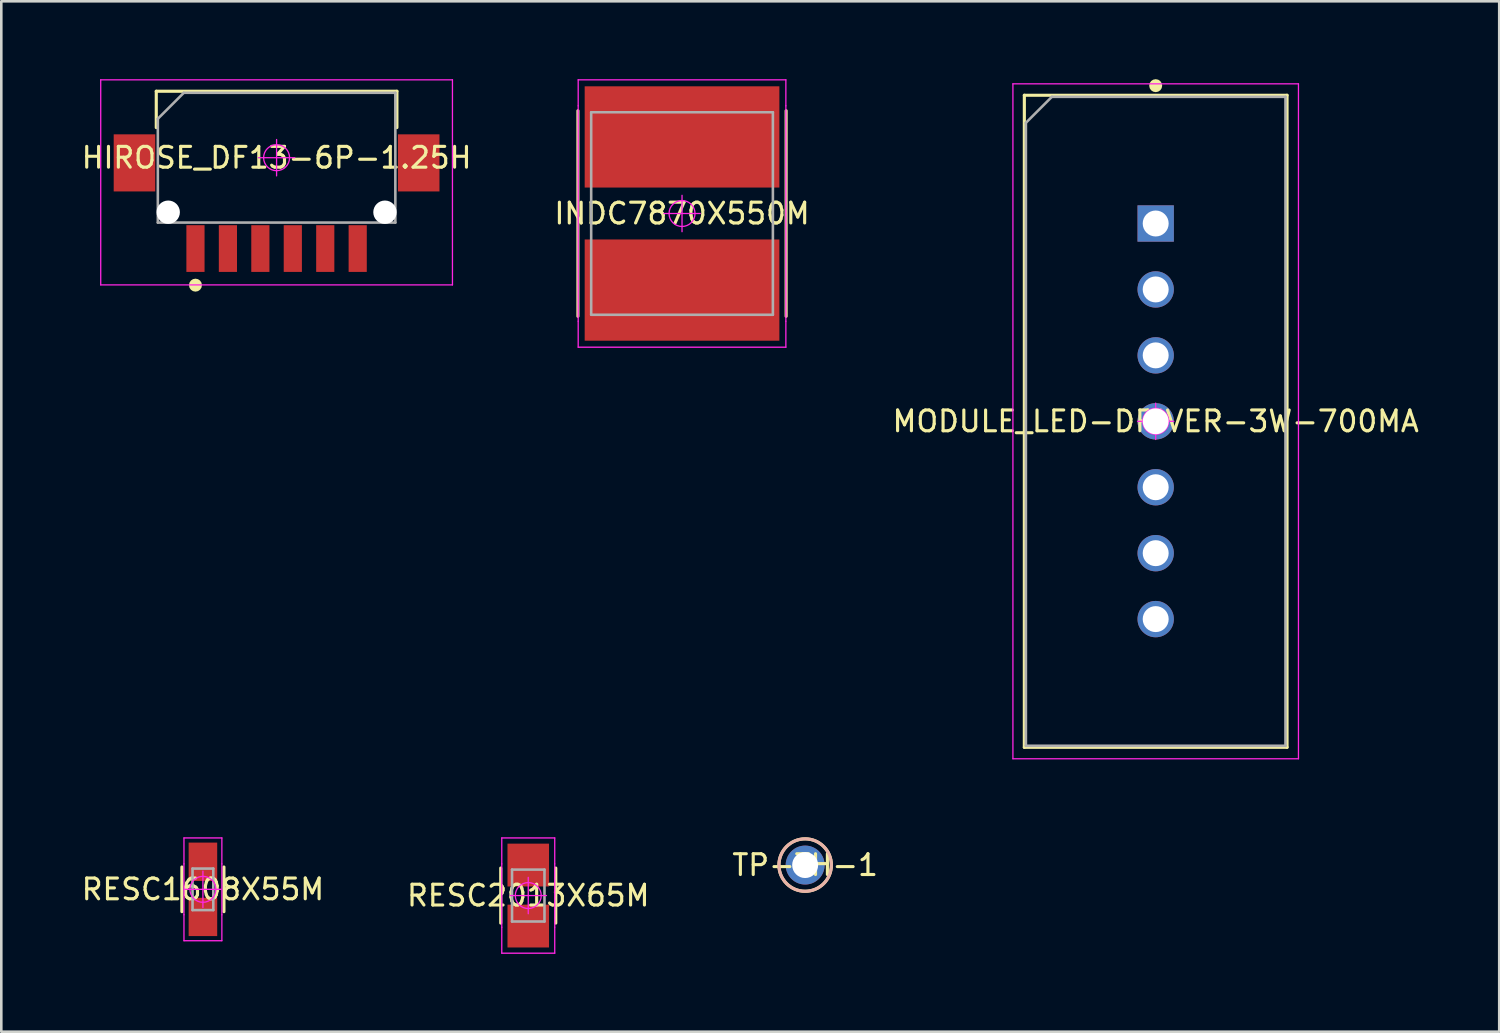
<source format=kicad_pcb>
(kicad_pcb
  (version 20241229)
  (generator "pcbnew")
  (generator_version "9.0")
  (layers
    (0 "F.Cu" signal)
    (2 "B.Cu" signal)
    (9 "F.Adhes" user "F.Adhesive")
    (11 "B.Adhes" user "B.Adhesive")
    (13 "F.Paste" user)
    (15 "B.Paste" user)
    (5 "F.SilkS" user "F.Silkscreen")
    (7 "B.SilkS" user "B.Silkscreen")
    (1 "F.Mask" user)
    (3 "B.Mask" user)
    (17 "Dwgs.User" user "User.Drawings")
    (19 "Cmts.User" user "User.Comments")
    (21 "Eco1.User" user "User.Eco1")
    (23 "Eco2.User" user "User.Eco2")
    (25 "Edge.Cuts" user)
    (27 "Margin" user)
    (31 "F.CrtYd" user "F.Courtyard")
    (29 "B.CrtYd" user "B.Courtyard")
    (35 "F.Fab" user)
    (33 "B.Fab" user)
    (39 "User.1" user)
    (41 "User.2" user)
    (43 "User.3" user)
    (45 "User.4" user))
  (footprint "MODULE_LED-DRIVER-3W-700MA"
    (layer "F.Cu")
    (at 41.471 13.18)
    (property "Reference" "MODULE_LED-DRIVER-3W-700MA" (at 0 0 0) (layer "F.SilkS") (effects (font (size 0.8 0.8) (thickness 0.12))))
    (attr through_hole)
    (fp_line (start -5.06 -12.56) (end 5.06 -12.56) (stroke (width 0.12) (type solid)) (layer "F.SilkS"))
    (fp_line (start -5.06 12.56) (end -5.06 -12.56) (stroke (width 0.12) (type solid)) (layer "F.SilkS"))
    (fp_line (start 5.06 -12.56) (end 5.06 12.56) (stroke (width 0.12) (type solid)) (layer "F.SilkS"))
    (fp_line (start 5.06 12.56) (end -5.06 12.56) (stroke (width 0.12) (type solid)) (layer "F.SilkS"))
    (fp_circle (center 0 -12.93) (end 0 -12.805) (stroke (width 0.25) (type solid)) (fill no) (layer "F.SilkS"))
    (fp_line (start -5.5 -13) (end 5.5 -13) (stroke (width 0.05) (type solid)) (layer "F.CrtYd"))
    (fp_line (start -5.5 13) (end -5.5 -13) (stroke (width 0.05) (type solid)) (layer "F.CrtYd"))
    (fp_line (start -0.7 0) (end 0.7 0) (stroke (width 0.05) (type solid)) (layer "F.CrtYd"))
    (fp_line (start 0 -0.7) (end 0 0.7) (stroke (width 0.05) (type solid)) (layer "F.CrtYd"))
    (fp_line (start 5.5 -13) (end 5.5 13) (stroke (width 0.05) (type solid)) (layer "F.CrtYd"))
    (fp_line (start 5.5 13) (end -5.5 13) (stroke (width 0.05) (type solid)) (layer "F.CrtYd"))
    (fp_circle (center 0 0) (end 0 0.5) (stroke (width 0.05) (type solid)) (fill no) (layer "F.CrtYd"))
    (fp_line (start -5 -11.5) (end -4 -12.5) (stroke (width 0.1) (type solid)) (layer "F.Fab"))
    (fp_line (start -5 12.5) (end -5 -11.5) (stroke (width 0.1) (type solid)) (layer "F.Fab"))
    (fp_line (start -4 -12.5) (end 5 -12.5) (stroke (width 0.1) (type solid)) (layer "F.Fab"))
    (fp_line (start 5 -12.5) (end 5 12.5) (stroke (width 0.1) (type solid)) (layer "F.Fab"))
    (fp_line (start 5 12.5) (end -5 12.5) (stroke (width 0.1) (type solid)) (layer "F.Fab"))
    (pad "1" thru_hole rect (at 0 -7.62) (size 1.4 1.4) (drill 1) (layers "*.Cu" "*.Paste" "*.Mask"))
    (pad "2" thru_hole circle (at 0 -5.08) (size 1.4 1.4) (drill 1) (layers "*.Cu" "*.Paste" "*.Mask"))
    (pad "3" thru_hole circle (at 0 -2.54) (size 1.4 1.4) (drill 1) (layers "*.Cu" "*.Paste" "*.Mask"))
    (pad "4" thru_hole circle (at 0 0) (size 1.4 1.4) (drill 1) (layers "*.Cu" "*.Paste" "*.Mask"))
    (pad "5" thru_hole circle (at 0 2.54) (size 1.4 1.4) (drill 1) (layers "*.Cu" "*.Paste" "*.Mask"))
    (pad "6" thru_hole circle (at 0 5.08) (size 1.4 1.4) (drill 1) (layers "*.Cu" "*.Paste" "*.Mask"))
    (pad "7" thru_hole circle (at 0 7.62) (size 1.4 1.4) (drill 1) (layers "*.Cu" "*.Paste" "*.Mask")))
  (footprint "RESC1608X55M"
    (layer "F.Cu")
    (at 4.767 31.21)
    (property "Reference" "RESC1608X55M" (at 0 0 0) (layer "F.SilkS") (effects (font (size 0.8 0.8) (thickness 0.12))))
    (attr smd)
    (fp_line (start -0.81 -0.86) (end -0.81 0.86) (stroke (width 0.12) (type solid)) (layer "F.SilkS"))
    (fp_line (start 0.81 -0.86) (end 0.81 0.86) (stroke (width 0.12) (type solid)) (layer "F.SilkS"))
    (fp_line (start -0.73 -1.98) (end -0.73 -0.98) (stroke (width 0.05) (type solid)) (layer "F.CrtYd"))
    (fp_line (start -0.73 -0.98) (end -0.73 0.98) (stroke (width 0.05) (type solid)) (layer "F.CrtYd"))
    (fp_line (start -0.73 0.98) (end -0.73 1.98) (stroke (width 0.05) (type solid)) (layer "F.CrtYd"))
    (fp_line (start -0.73 1.98) (end 0.73 1.98) (stroke (width 0.05) (type solid)) (layer "F.CrtYd"))
    (fp_line (start -0.7 0) (end 0.7 0) (stroke (width 0.05) (type solid)) (layer "F.CrtYd"))
    (fp_line (start 0 -0.7) (end 0 0.7) (stroke (width 0.05) (type solid)) (layer "F.CrtYd"))
    (fp_line (start 0.73 -1.98) (end -0.73 -1.98) (stroke (width 0.05) (type solid)) (layer "F.CrtYd"))
    (fp_line (start 0.73 -0.98) (end 0.73 -1.98) (stroke (width 0.05) (type solid)) (layer "F.CrtYd"))
    (fp_line (start 0.73 0.98) (end 0.73 -0.98) (stroke (width 0.05) (type solid)) (layer "F.CrtYd"))
    (fp_line (start 0.73 1.98) (end 0.73 0.98) (stroke (width 0.05) (type solid)) (layer "F.CrtYd"))
    (fp_circle (center 0 0) (end 0 0.5) (stroke (width 0.05) (type solid)) (fill no) (layer "F.CrtYd"))
    (fp_line (start -0.4 -0.8) (end 0.4 -0.8) (stroke (width 0.1) (type solid)) (layer "F.Fab"))
    (fp_line (start -0.4 0.8) (end -0.4 -0.8) (stroke (width 0.1) (type solid)) (layer "F.Fab"))
    (fp_line (start 0.4 -0.8) (end 0.4 0.8) (stroke (width 0.1) (type solid)) (layer "F.Fab"))
    (fp_line (start 0.4 0.8) (end -0.4 0.8) (stroke (width 0.1) (type solid)) (layer "F.Fab"))
    (pad "1" smd rect (at 0 -1.063) (size 1.1 1.475) (layers "F.Cu" "F.Mask" "F.Paste"))
    (pad "2" smd rect (at 0 1.063) (size 1.1 1.475) (layers "F.Cu" "F.Mask" "F.Paste")))
  (footprint "HIROSE_DF13-6P-1.25H"
    (layer "F.Cu")
    (at 7.605 3.025)
    (property "Reference" "HIROSE_DF13-6P-1.25H" (at 0 0 0) (layer "F.SilkS") (effects (font (size 0.8 0.8) (thickness 0.12))))
    (attr through_hole)
    (fp_line (start -4.635 -2.56) (end -4.635 -1.16) (stroke (width 0.12) (type solid)) (layer "F.SilkS"))
    (fp_line (start -4.635 -2.56) (end 4.635 -2.56) (stroke (width 0.12) (type solid)) (layer "F.SilkS"))
    (fp_line (start 4.635 -2.56) (end 4.635 -1.16) (stroke (width 0.12) (type solid)) (layer "F.SilkS"))
    (fp_circle (center -3.125 4.91) (end -3.125 5.035) (stroke (width 0.25) (type solid)) (fill no) (layer "F.SilkS"))
    (fp_line (start -6.775 -3) (end 6.775 -3) (stroke (width 0.05) (type solid)) (layer "F.CrtYd"))
    (fp_line (start -6.775 4.9) (end -6.775 -3) (stroke (width 0.05) (type solid)) (layer "F.CrtYd"))
    (fp_line (start -0.7 0) (end 0.7 0) (stroke (width 0.05) (type solid)) (layer "F.CrtYd"))
    (fp_line (start 0 -0.7) (end 0 0.7) (stroke (width 0.05) (type solid)) (layer "F.CrtYd"))
    (fp_line (start 6.775 -3) (end 6.775 4.9) (stroke (width 0.05) (type solid)) (layer "F.CrtYd"))
    (fp_line (start 6.775 4.9) (end -6.775 4.9) (stroke (width 0.05) (type solid)) (layer "F.CrtYd"))
    (fp_circle (center 0 0) (end 0 0.5) (stroke (width 0.05) (type solid)) (fill no) (layer "F.CrtYd"))
    (fp_line (start -4.575 -1.5) (end -3.575 -2.5) (stroke (width 0.1) (type solid)) (layer "F.Fab"))
    (fp_line (start -4.575 2.5) (end -4.575 -1.5) (stroke (width 0.1) (type solid)) (layer "F.Fab"))
    (fp_line (start -3.575 -2.5) (end 4.575 -2.5) (stroke (width 0.1) (type solid)) (layer "F.Fab"))
    (fp_line (start 4.575 -2.5) (end 4.575 2.5) (stroke (width 0.1) (type solid)) (layer "F.Fab"))
    (fp_line (start 4.575 2.5) (end -4.575 2.5) (stroke (width 0.1) (type solid)) (layer "F.Fab"))
    (pad "" np_thru_hole circle (at -4.175 2.1) (size 0.9 0.9) (drill 0.9) (layers "*.Cu" "*.Mask"))
    (pad "" np_thru_hole circle (at 4.175 2.1) (size 0.9 0.9) (drill 0.9) (layers "*.Cu" "*.Mask"))
    (pad "1" smd rect (at -3.125 3.5) (size 0.7 1.8) (layers "F.Cu" "F.Mask" "F.Paste"))
    (pad "2" smd rect (at -1.875 3.5) (size 0.7 1.8) (layers "F.Cu" "F.Mask" "F.Paste"))
    (pad "3" smd rect (at -0.625 3.5) (size 0.7 1.8) (layers "F.Cu" "F.Mask" "F.Paste"))
    (pad "4" smd rect (at 0.625 3.5) (size 0.7 1.8) (layers "F.Cu" "F.Mask" "F.Paste"))
    (pad "5" smd rect (at 1.875 3.5) (size 0.7 1.8) (layers "F.Cu" "F.Mask" "F.Paste"))
    (pad "6" smd rect (at 3.125 3.5) (size 0.7 1.8) (layers "F.Cu" "F.Mask" "F.Paste"))
    (pad "7" smd rect (at -5.475 0.2) (size 1.6 2.2) (layers "F.Cu" "F.Mask" "F.Paste"))
    (pad "8" smd rect (at 5.475 0.2) (size 1.6 2.2) (layers "F.Cu" "F.Mask" "F.Paste")))
  (footprint "TP-TH-1"
    (layer "F.Cu")
    (at 27.967 30.275)
    (property "Reference" "TP-TH-1" (at 0 0 0) (layer "F.SilkS") (effects (font (size 0.8 0.8) (thickness 0.12))))
    (attr through_hole)
    (fp_circle (center 0 0) (end 0 1.01) (stroke (width 0.12) (type solid)) (fill no) (layer "F.SilkS"))
    (fp_circle (center 0 0) (end 0 1.01) (stroke (width 0.12) (type solid)) (fill no) (layer "B.SilkS"))
    (pad "1" thru_hole circle (at 0 0) (size 1.5 1.5) (drill 1) (layers "*.Cu" "*.Paste" "*.Mask")))
  (footprint "INDC7870X550M"
    (layer "F.Cu")
    (at 23.224 5.175)
    (property "Reference" "INDC7870X550M" (at 0 0 0) (layer "F.SilkS") (effects (font (size 0.8 0.8) (thickness 0.12))))
    (attr smd)
    (fp_line (start -4.01 -3.96) (end -4.01 3.96) (stroke (width 0.12) (type solid)) (layer "F.SilkS"))
    (fp_line (start 4.01 -3.96) (end 4.01 3.96) (stroke (width 0.12) (type solid)) (layer "F.SilkS"))
    (fp_line (start -4 -5.15) (end -4 -4.15) (stroke (width 0.05) (type solid)) (layer "F.CrtYd"))
    (fp_line (start -4 -4.15) (end -4 4.15) (stroke (width 0.05) (type solid)) (layer "F.CrtYd"))
    (fp_line (start -4 4.15) (end -4 5.15) (stroke (width 0.05) (type solid)) (layer "F.CrtYd"))
    (fp_line (start -4 5.15) (end 4 5.15) (stroke (width 0.05) (type solid)) (layer "F.CrtYd"))
    (fp_line (start -0.7 0) (end 0.7 0) (stroke (width 0.05) (type solid)) (layer "F.CrtYd"))
    (fp_line (start 0 -0.7) (end 0 0.7) (stroke (width 0.05) (type solid)) (layer "F.CrtYd"))
    (fp_line (start 4 -5.15) (end -4 -5.15) (stroke (width 0.05) (type solid)) (layer "F.CrtYd"))
    (fp_line (start 4 -4.15) (end 4 -5.15) (stroke (width 0.05) (type solid)) (layer "F.CrtYd"))
    (fp_line (start 4 4.15) (end 4 -4.15) (stroke (width 0.05) (type solid)) (layer "F.CrtYd"))
    (fp_line (start 4 5.15) (end 4 4.15) (stroke (width 0.05) (type solid)) (layer "F.CrtYd"))
    (fp_circle (center 0 0) (end 0 0.5) (stroke (width 0.05) (type solid)) (fill no) (layer "F.CrtYd"))
    (fp_line (start -3.5 -3.9) (end 3.5 -3.9) (stroke (width 0.1) (type solid)) (layer "F.Fab"))
    (fp_line (start -3.5 3.9) (end -3.5 -3.9) (stroke (width 0.1) (type solid)) (layer "F.Fab"))
    (fp_line (start 3.5 -3.9) (end 3.5 3.9) (stroke (width 0.1) (type solid)) (layer "F.Fab"))
    (fp_line (start 3.5 3.9) (end -3.5 3.9) (stroke (width 0.1) (type solid)) (layer "F.Fab"))
    (pad "1" smd rect (at 0 -2.95) (size 7.5 3.9) (layers "F.Cu" "F.Mask" "F.Paste"))
    (pad "2" smd rect (at 0 2.95) (size 7.5 3.9) (layers "F.Cu" "F.Mask" "F.Paste")))
  (footprint "RESC2013X65M"
    (layer "F.Cu")
    (at 17.3 31.45)
    (property "Reference" "RESC2013X65M" (at 0 0 0) (layer "F.SilkS") (effects (font (size 0.8 0.8) (thickness 0.12))))
    (attr smd)
    (fp_line (start -1.06 -1.06) (end -1.06 1.06) (stroke (width 0.12) (type solid)) (layer "F.SilkS"))
    (fp_line (start 1.06 -1.06) (end 1.06 1.06) (stroke (width 0.12) (type solid)) (layer "F.SilkS"))
    (fp_line (start -1.02 -2.22) (end -1.02 -1.22) (stroke (width 0.05) (type solid)) (layer "F.CrtYd"))
    (fp_line (start -1.02 -1.22) (end -1.02 1.22) (stroke (width 0.05) (type solid)) (layer "F.CrtYd"))
    (fp_line (start -1.02 1.22) (end -1.02 2.22) (stroke (width 0.05) (type solid)) (layer "F.CrtYd"))
    (fp_line (start -1.02 2.22) (end 1.02 2.22) (stroke (width 0.05) (type solid)) (layer "F.CrtYd"))
    (fp_line (start -0.7 0) (end 0.7 0) (stroke (width 0.05) (type solid)) (layer "F.CrtYd"))
    (fp_line (start 0 -0.7) (end 0 0.7) (stroke (width 0.05) (type solid)) (layer "F.CrtYd"))
    (fp_line (start 1.02 -2.22) (end -1.02 -2.22) (stroke (width 0.05) (type solid)) (layer "F.CrtYd"))
    (fp_line (start 1.02 -1.22) (end 1.02 -2.22) (stroke (width 0.05) (type solid)) (layer "F.CrtYd"))
    (fp_line (start 1.02 1.22) (end 1.02 -1.22) (stroke (width 0.05) (type solid)) (layer "F.CrtYd"))
    (fp_line (start 1.02 2.22) (end 1.02 1.22) (stroke (width 0.05) (type solid)) (layer "F.CrtYd"))
    (fp_circle (center 0 0) (end 0 0.5) (stroke (width 0.05) (type solid)) (fill no) (layer "F.CrtYd"))
    (fp_line (start -0.625 -1) (end 0.625 -1) (stroke (width 0.1) (type solid)) (layer "F.Fab"))
    (fp_line (start -0.625 1) (end -0.625 -1) (stroke (width 0.1) (type solid)) (layer "F.Fab"))
    (fp_line (start 0.625 -1) (end 0.625 1) (stroke (width 0.1) (type solid)) (layer "F.Fab"))
    (fp_line (start 0.625 1) (end -0.625 1) (stroke (width 0.1) (type solid)) (layer "F.Fab"))
    (pad "1" smd rect (at 0 -1.175) (size 1.6 1.65) (layers "F.Cu" "F.Mask" "F.Paste"))
    (pad "2" smd rect (at 0 1.175) (size 1.6 1.65) (layers "F.Cu" "F.Mask" "F.Paste")))
  (gr_rect
    (start -3 -3)
    (end 54.705 36.695)
    (stroke (width 0.1) (type default))
    (fill no)
    (layer "Edge.Cuts")))
</source>
